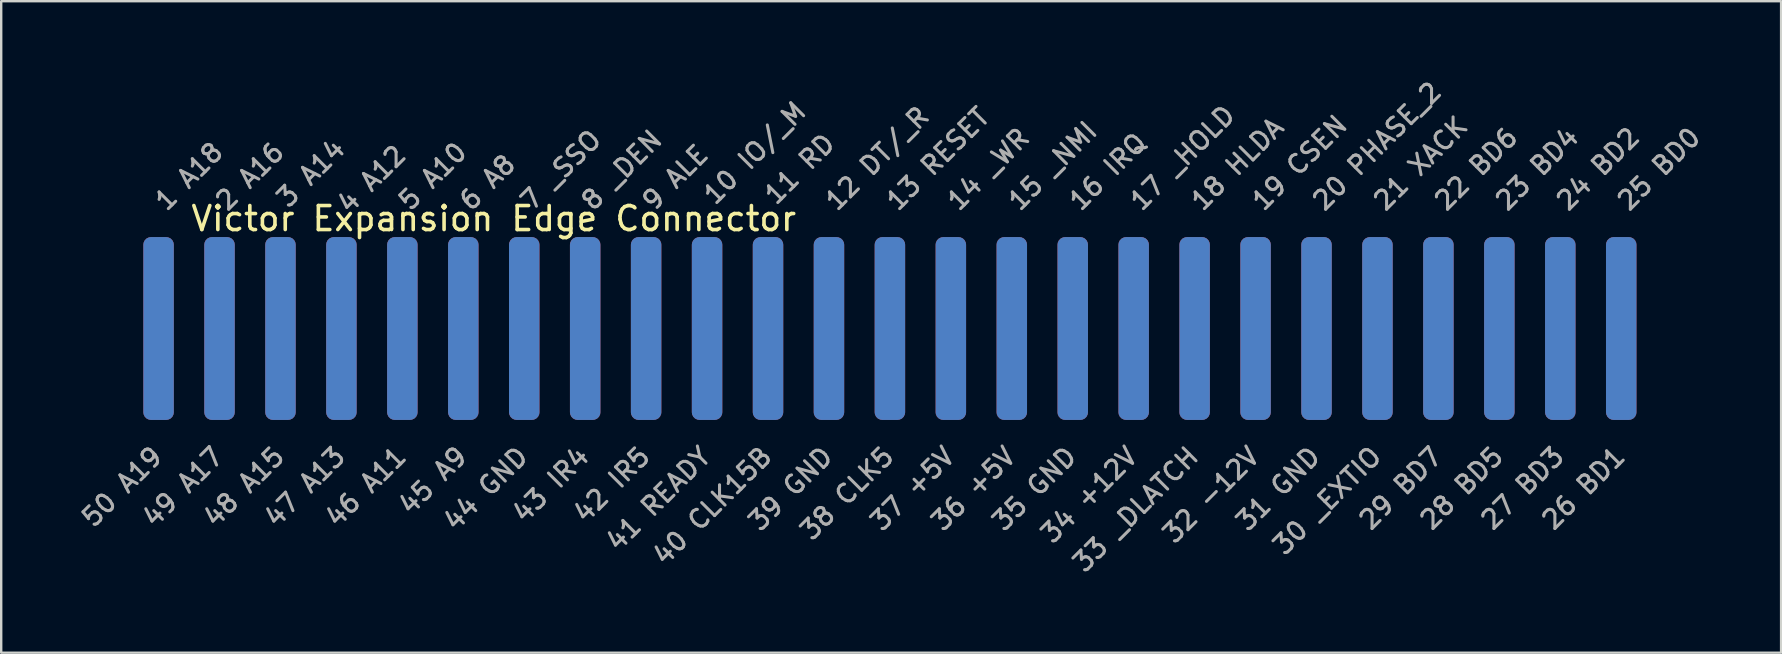
<source format=kicad_pcb>
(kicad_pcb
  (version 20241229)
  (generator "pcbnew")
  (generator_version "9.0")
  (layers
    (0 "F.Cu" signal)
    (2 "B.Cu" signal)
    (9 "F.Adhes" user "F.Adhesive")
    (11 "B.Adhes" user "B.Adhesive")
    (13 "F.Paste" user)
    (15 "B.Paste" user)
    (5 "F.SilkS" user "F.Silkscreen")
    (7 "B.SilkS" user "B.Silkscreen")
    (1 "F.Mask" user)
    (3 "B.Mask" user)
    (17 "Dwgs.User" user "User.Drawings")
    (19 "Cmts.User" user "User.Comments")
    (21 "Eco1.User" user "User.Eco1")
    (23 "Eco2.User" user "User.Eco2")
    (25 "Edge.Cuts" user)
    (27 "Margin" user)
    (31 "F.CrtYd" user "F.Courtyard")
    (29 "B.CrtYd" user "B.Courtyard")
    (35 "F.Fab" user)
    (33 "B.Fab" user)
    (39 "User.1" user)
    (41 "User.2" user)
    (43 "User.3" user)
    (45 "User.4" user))
  (footprint "Victor Expansion Edge Connector"
    (layer "F.Cu")
    (at 17.529 5.561)
    (property "Reference" "Victor Expansion Edge Connector" (at 0 0.5 0) (layer "F.SilkS") (effects (font (size 1 1) (thickness 0.15))))
    (attr through_hole)
    (fp_poly (pts (xy 48.895 8.89) (xy 48.895 1.27) (xy -15.875 1.27) (xy -15.875 8.89)) (stroke (width 0.15) (type solid)) (fill yes) (layer "F.Mask"))
    (fp_poly (pts (xy 48.895 8.89) (xy 48.895 1.27) (xy -15.875 1.27) (xy -15.875 8.89)) (stroke (width 0.15) (type solid)) (fill yes) (layer "B.Mask"))
    (fp_text user "23 BD4" (at 41.91 0 45) (layer "F.Fab") (effects (font (size 0.762 0.762) (thickness 0.127)) (justify left)))
    (fp_text user "17 _HOLD" (at 26.67 0 45) (layer "F.Fab") (effects (font (size 0.762 0.762) (thickness 0.127)) (justify left)))
    (fp_text user "29 BD7" (at 39.37 10.16 45) (layer "F.Fab") (effects (font (size 0.762 0.762) (thickness 0.127)) (justify right)))
    (fp_text user "45 A9" (at -1.27 10.16 45) (layer "F.Fab") (effects (font (size 0.762 0.762) (thickness 0.127)) (justify right)))
    (fp_text user "34 +12V" (at 26.67 10.16 45) (layer "F.Fab") (effects (font (size 0.762 0.762) (thickness 0.127)) (justify right)))
    (fp_text user "26 BD1" (at 46.99 10.16 45) (layer "F.Fab") (effects (font (size 0.762 0.762) (thickness 0.127)) (justify right)))
    (fp_text user "20 PHASE_2" (at 34.29 0 45) (layer "F.Fab") (effects (font (size 0.762 0.762) (thickness 0.127)) (justify left)))
    (fp_text user "50 A19" (at -13.97 10.16 45) (layer "F.Fab") (effects (font (size 0.762 0.762) (thickness 0.127)) (justify right)))
    (fp_text user "12 DT/_R" (at 13.97 0 45) (layer "F.Fab") (effects (font (size 0.762 0.762) (thickness 0.127)) (justify left)))
    (fp_text user "10 IO/_M" (at 8.89 -0.254 45) (layer "F.Fab") (effects (font (size 0.762 0.762) (thickness 0.127)) (justify left)))
    (fp_text user "16 IRQ" (at 24.13 0 45) (layer "F.Fab") (effects (font (size 0.762 0.762) (thickness 0.127)) (justify left)))
    (fp_text user "24 BD2" (at 44.45 0 45) (layer "F.Fab") (effects (font (size 0.762 0.762) (thickness 0.127)) (justify left)))
    (fp_text user "31 GND" (at 34.29 10.16 45) (layer "F.Fab") (effects (font (size 0.762 0.762) (thickness 0.127)) (justify right)))
    (fp_text user "40 CLK15B" (at 11.43 10.16 45) (layer "F.Fab") (effects (font (size 0.762 0.762) (thickness 0.127)) (justify right)))
    (fp_text user "7 _SSO" (at 1.27 0 45) (layer "F.Fab") (effects (font (size 0.762 0.762) (thickness 0.127)) (justify left)))
    (fp_text user "21 XACK" (at 36.83 0 45) (layer "F.Fab") (effects (font (size 0.762 0.762) (thickness 0.127)) (justify left)))
    (fp_text user "15 _NMI" (at 21.59 0 45) (layer "F.Fab") (effects (font (size 0.762 0.762) (thickness 0.127)) (justify left)))
    (fp_text user "4 A12" (at -6.35 0.127 45) (layer "F.Fab") (effects (font (size 0.762 0.762) (thickness 0.127)) (justify left)))
    (fp_text user "3 A14" (at -8.89 -0.127 45) (layer "F.Fab") (effects (font (size 0.762 0.762) (thickness 0.127)) (justify left)))
    (fp_text user "43 IR4" (at 3.81 10.16 45) (layer "F.Fab") (effects (font (size 0.762 0.762) (thickness 0.127)) (justify right)))
    (fp_text user "33 _DLATCH" (at 29.21 10.16 45) (layer "F.Fab") (effects (font (size 0.762 0.762) (thickness 0.127)) (justify right)))
    (fp_text user "39 GND" (at 13.97 10.16 45) (layer "F.Fab") (effects (font (size 0.762 0.762) (thickness 0.127)) (justify right)))
    (fp_text user "19 CSEN" (at 31.75 0 45) (layer "F.Fab") (effects (font (size 0.762 0.762) (thickness 0.127)) (justify left)))
    (fp_text user "13 RESET" (at 16.51 0 45) (layer "F.Fab") (effects (font (size 0.762 0.762) (thickness 0.127)) (justify left)))
    (fp_text user "8 _DEN" (at 3.81 0 45) (layer "F.Fab") (effects (font (size 0.762 0.762) (thickness 0.127)) (justify left)))
    (fp_text user "11 RD" (at 11.43 -0.254 45) (layer "F.Fab") (effects (font (size 0.762 0.762) (thickness 0.127)) (justify left)))
    (fp_text user "32 -12V" (at 31.75 10.16 45) (layer "F.Fab") (effects (font (size 0.762 0.762) (thickness 0.127)) (justify right)))
    (fp_text user "35 GND" (at 24.13 10.16 45) (layer "F.Fab") (effects (font (size 0.762 0.762) (thickness 0.127)) (justify right)))
    (fp_text user "25 BD0" (at 46.99 0 45) (layer "F.Fab") (effects (font (size 0.762 0.762) (thickness 0.127)) (justify left)))
    (fp_text user "37 +5V" (at 19.05 10.16 45) (layer "F.Fab") (effects (font (size 0.762 0.762) (thickness 0.127)) (justify right)))
    (fp_text user "42 IR5" (at 6.35 10.16 45) (layer "F.Fab") (effects (font (size 0.762 0.762) (thickness 0.127)) (justify right)))
    (fp_text user "14 _WR" (at 19.05 0 45) (layer "F.Fab") (effects (font (size 0.762 0.762) (thickness 0.127)) (justify left)))
    (fp_text user "18 HLDA" (at 29.21 0 45) (layer "F.Fab") (effects (font (size 0.762 0.762) (thickness 0.127)) (justify left)))
    (fp_text user "9 ALE" (at 6.35 0 45) (layer "F.Fab") (effects (font (size 0.762 0.762) (thickness 0.127)) (justify left)))
    (fp_text user "49 A17" (at -11.43 10.16 45) (layer "F.Fab") (effects (font (size 0.762 0.762) (thickness 0.127)) (justify right)))
    (fp_text user "47 A13" (at -6.35 10.16 45) (layer "F.Fab") (effects (font (size 0.762 0.762) (thickness 0.127)) (justify right)))
    (fp_text user "30 _EXTIO" (at 36.83 10.16 45) (layer "F.Fab") (effects (font (size 0.762 0.762) (thickness 0.127)) (justify right)))
    (fp_text user "48 A15" (at -8.89 10.16 45) (layer "F.Fab") (effects (font (size 0.762 0.762) (thickness 0.127)) (justify right)))
    (fp_text user "22 BD6" (at 39.37 0 45) (layer "F.Fab") (effects (font (size 0.762 0.762) (thickness 0.127)) (justify left)))
    (fp_text user "41 READY" (at 8.89 10.16 45) (layer "F.Fab") (effects (font (size 0.762 0.762) (thickness 0.127)) (justify right)))
    (fp_text user "28 BD5" (at 41.91 10.16 45) (layer "F.Fab") (effects (font (size 0.762 0.762) (thickness 0.127)) (justify right)))
    (fp_text user "6 A8" (at -1.27 0 45) (layer "F.Fab") (effects (font (size 0.762 0.762) (thickness 0.127)) (justify left)))
    (fp_text user "2 A16" (at -11.43 0 45) (layer "F.Fab") (effects (font (size 0.762 0.762) (thickness 0.127)) (justify left)))
    (fp_text user "44 GND" (at 1.27 10.16 45) (layer "F.Fab") (effects (font (size 0.762 0.762) (thickness 0.127)) (justify right)))
    (fp_text user "46 A11" (at -3.81 10.16 45) (layer "F.Fab") (effects (font (size 0.762 0.762) (thickness 0.127)) (justify right)))
    (fp_text user "5 A10" (at -3.81 0 45) (layer "F.Fab") (effects (font (size 0.762 0.762) (thickness 0.127)) (justify left)))
    (fp_text user "38 CLK5" (at 16.51 10.16 45) (layer "F.Fab") (effects (font (size 0.762 0.762) (thickness 0.127)) (justify right)))
    (fp_text user "1 A18" (at -13.97 0 45) (layer "F.Fab") (effects (font (size 0.762 0.762) (thickness 0.127)) (justify left)))
    (fp_text user "27 BD3" (at 44.45 10.16 45) (layer "F.Fab") (effects (font (size 0.762 0.762) (thickness 0.127)) (justify right)))
    (fp_text user "36 +5V" (at 21.59 10.16 45) (layer "F.Fab") (effects (font (size 0.762 0.762) (thickness 0.127)) (justify right)))
    (pad "1" connect roundrect (at -13.97 5.08) (size 1.27 7.62) (layers "B.Cu" "B.Mask") (roundrect_rratio 0.25))
    (pad "2" connect roundrect (at -11.43 5.08) (size 1.27 7.62) (layers "B.Cu" "B.Mask") (roundrect_rratio 0.25))
    (pad "3" connect roundrect (at -8.89 5.08) (size 1.27 7.62) (layers "B.Cu" "B.Mask") (roundrect_rratio 0.25))
    (pad "4" connect roundrect (at -6.35 5.08) (size 1.27 7.62) (layers "B.Cu" "B.Mask") (roundrect_rratio 0.25))
    (pad "5" connect roundrect (at -3.81 5.08) (size 1.27 7.62) (layers "B.Cu" "B.Mask") (roundrect_rratio 0.25))
    (pad "6" connect roundrect (at -1.27 5.08) (size 1.27 7.62) (layers "B.Cu" "B.Mask") (roundrect_rratio 0.25))
    (pad "7" connect roundrect (at 1.27 5.08) (size 1.27 7.62) (layers "B.Cu" "B.Mask") (roundrect_rratio 0.25))
    (pad "8" connect roundrect (at 3.81 5.08) (size 1.27 7.62) (layers "B.Cu" "B.Mask") (roundrect_rratio 0.25))
    (pad "9" connect roundrect (at 6.35 5.08) (size 1.27 7.62) (layers "B.Cu" "B.Mask") (roundrect_rratio 0.25))
    (pad "10" connect roundrect (at 8.89 5.08) (size 1.27 7.62) (layers "B.Cu" "B.Mask") (roundrect_rratio 0.25))
    (pad "11" connect roundrect (at 11.43 5.08) (size 1.27 7.62) (layers "B.Cu" "B.Mask") (roundrect_rratio 0.25))
    (pad "12" connect roundrect (at 13.97 5.08) (size 1.27 7.62) (layers "B.Cu" "B.Mask") (roundrect_rratio 0.25))
    (pad "13" connect roundrect (at 16.51 5.08) (size 1.27 7.62) (layers "B.Cu" "B.Mask") (roundrect_rratio 0.25))
    (pad "14" connect roundrect (at 19.05 5.08) (size 1.27 7.62) (layers "B.Cu" "B.Mask") (roundrect_rratio 0.25))
    (pad "15" connect roundrect (at 21.59 5.08) (size 1.27 7.62) (layers "B.Cu" "B.Mask") (roundrect_rratio 0.25))
    (pad "16" connect roundrect (at 24.13 5.08) (size 1.27 7.62) (layers "B.Cu" "B.Mask") (roundrect_rratio 0.25))
    (pad "17" connect roundrect (at 26.67 5.08) (size 1.27 7.62) (layers "B.Cu" "B.Mask") (roundrect_rratio 0.25))
    (pad "18" connect roundrect (at 29.21 5.08) (size 1.27 7.62) (layers "B.Cu" "B.Mask") (roundrect_rratio 0.25))
    (pad "19" connect roundrect (at 31.75 5.08) (size 1.27 7.62) (layers "B.Cu" "B.Mask") (roundrect_rratio 0.25))
    (pad "20" connect roundrect (at 34.29 5.08) (size 1.27 7.62) (layers "B.Cu" "B.Mask") (roundrect_rratio 0.25))
    (pad "21" connect roundrect (at 36.83 5.08) (size 1.27 7.62) (layers "B.Cu" "B.Mask") (roundrect_rratio 0.25))
    (pad "22" connect roundrect (at 39.37 5.08) (size 1.27 7.62) (layers "B.Cu" "B.Mask") (roundrect_rratio 0.25))
    (pad "23" connect roundrect (at 41.91 5.08) (size 1.27 7.62) (layers "B.Cu" "B.Mask") (roundrect_rratio 0.25))
    (pad "24" connect roundrect (at 44.45 5.08) (size 1.27 7.62) (layers "B.Cu" "B.Mask") (roundrect_rratio 0.25))
    (pad "25" connect roundrect (at 46.99 5.08) (size 1.27 7.62) (layers "B.Cu" "B.Mask") (roundrect_rratio 0.25))
    (pad "26" connect roundrect (at 46.99 5.08) (size 1.27 7.62) (layers "F.Cu" "F.Mask") (roundrect_rratio 0.25))
    (pad "27" connect roundrect (at 44.45 5.08) (size 1.27 7.62) (layers "F.Cu" "F.Mask") (roundrect_rratio 0.25))
    (pad "28" connect roundrect (at 41.91 5.08) (size 1.27 7.62) (layers "F.Cu" "F.Mask") (roundrect_rratio 0.25))
    (pad "29" connect roundrect (at 39.37 5.08) (size 1.27 7.62) (layers "F.Cu" "F.Mask") (roundrect_rratio 0.25))
    (pad "30" connect roundrect (at 36.83 5.08) (size 1.27 7.62) (layers "F.Cu" "F.Mask") (roundrect_rratio 0.25))
    (pad "31" connect roundrect (at 34.29 5.08) (size 1.27 7.62) (layers "F.Cu" "F.Mask") (roundrect_rratio 0.25))
    (pad "32" connect roundrect (at 31.75 5.08) (size 1.27 7.62) (layers "F.Cu" "F.Mask") (roundrect_rratio 0.25))
    (pad "33" connect roundrect (at 29.21 5.08) (size 1.27 7.62) (layers "F.Cu" "F.Mask") (roundrect_rratio 0.25))
    (pad "34" connect roundrect (at 26.67 5.08) (size 1.27 7.62) (layers "F.Cu" "F.Mask") (roundrect_rratio 0.25))
    (pad "35" connect roundrect (at 24.13 5.08) (size 1.27 7.62) (layers "F.Cu" "F.Mask") (roundrect_rratio 0.25))
    (pad "36" connect roundrect (at 21.59 5.08) (size 1.27 7.62) (layers "F.Cu" "F.Mask") (roundrect_rratio 0.25))
    (pad "37" connect roundrect (at 19.05 5.08) (size 1.27 7.62) (layers "F.Cu" "F.Mask") (roundrect_rratio 0.25))
    (pad "38" connect roundrect (at 16.51 5.08) (size 1.27 7.62) (layers "F.Cu" "F.Mask") (roundrect_rratio 0.25))
    (pad "39" connect roundrect (at 13.97 5.08) (size 1.27 7.62) (layers "F.Cu" "F.Mask") (roundrect_rratio 0.25))
    (pad "40" connect roundrect (at 11.43 5.08) (size 1.27 7.62) (layers "F.Cu" "F.Mask") (roundrect_rratio 0.25))
    (pad "41" connect roundrect (at 8.89 5.08) (size 1.27 7.62) (layers "F.Cu" "F.Mask") (roundrect_rratio 0.25))
    (pad "42" connect roundrect (at 6.35 5.08) (size 1.27 7.62) (layers "F.Cu" "F.Mask") (roundrect_rratio 0.25))
    (pad "43" connect roundrect (at 3.81 5.08) (size 1.27 7.62) (layers "F.Cu" "F.Mask") (roundrect_rratio 0.25))
    (pad "44" connect roundrect (at 1.27 5.08) (size 1.27 7.62) (layers "F.Cu" "F.Mask") (roundrect_rratio 0.25))
    (pad "45" connect roundrect (at -1.27 5.08) (size 1.27 7.62) (layers "F.Cu" "F.Mask") (roundrect_rratio 0.25))
    (pad "46" connect roundrect (at -3.81 5.08) (size 1.27 7.62) (layers "F.Cu" "F.Mask") (roundrect_rratio 0.25))
    (pad "47" connect roundrect (at -6.35 5.08) (size 1.27 7.62) (layers "F.Cu" "F.Mask") (roundrect_rratio 0.25))
    (pad "48" connect roundrect (at -8.89 5.08) (size 1.27 7.62) (layers "F.Cu" "F.Mask") (roundrect_rratio 0.25))
    (pad "49" connect roundrect (at -11.43 5.08) (size 1.27 7.62) (layers "F.Cu" "F.Mask") (roundrect_rratio 0.25))
    (pad "50" connect roundrect (at -13.97 5.08) (size 1.27 7.62) (layers "F.Cu" "F.Mask") (roundrect_rratio 0.25)))
  (gr_rect
    (start -3 -3)
    (end 71.182 24.153)
    (stroke (width 0.1) (type default))
    (fill no)
    (layer "Edge.Cuts")))
</source>
